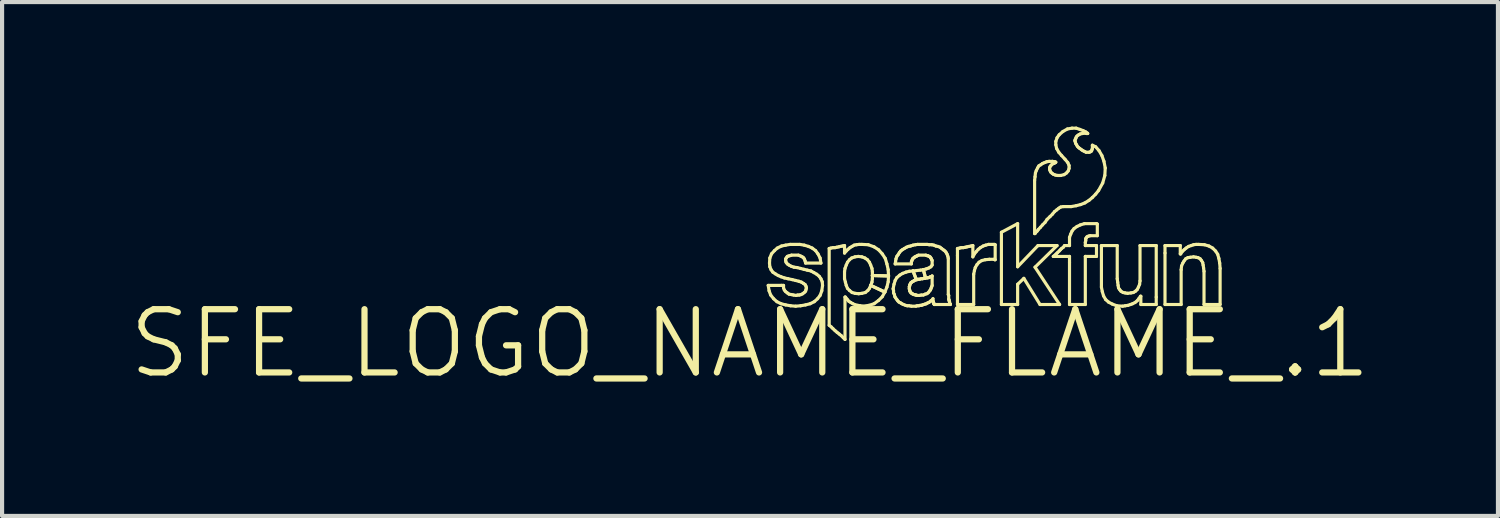
<source format=kicad_pcb>
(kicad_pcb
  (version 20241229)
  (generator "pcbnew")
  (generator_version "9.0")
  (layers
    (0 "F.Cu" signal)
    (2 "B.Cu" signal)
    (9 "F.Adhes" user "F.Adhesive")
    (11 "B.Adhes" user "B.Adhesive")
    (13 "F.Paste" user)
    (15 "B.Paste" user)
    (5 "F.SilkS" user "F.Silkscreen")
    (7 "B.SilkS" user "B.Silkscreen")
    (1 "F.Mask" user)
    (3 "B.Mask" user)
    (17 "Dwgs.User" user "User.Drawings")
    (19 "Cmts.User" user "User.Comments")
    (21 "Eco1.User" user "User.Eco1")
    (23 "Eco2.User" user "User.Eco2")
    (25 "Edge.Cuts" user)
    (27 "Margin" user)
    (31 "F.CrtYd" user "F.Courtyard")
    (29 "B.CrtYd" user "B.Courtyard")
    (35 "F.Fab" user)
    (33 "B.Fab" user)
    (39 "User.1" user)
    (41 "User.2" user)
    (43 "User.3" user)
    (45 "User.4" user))
  (footprint "SFE_LOGO_NAME_FLAME_.1"
    (layer "F.Cu")
    (at 15.022 5.227)
    (property "Reference" "SFE_LOGO_NAME_FLAME_.1" (at 0 0 0) (layer "F.SilkS") (effects (font (size 1.524 1.524) (thickness 0.15))))
    (attr exclude_from_pos_files exclude_from_bom)
    (fp_line (start 0.439 -1.4) (end 0.759 -1.4) (stroke (width 0.076) (type solid)) (layer "F.SilkS"))
    (fp_line (start 0.46 -1.27) (end 0.439 -1.4) (stroke (width 0.076) (type solid)) (layer "F.SilkS"))
    (fp_line (start 0.47 -1.938) (end 0.478 -2.06) (stroke (width 0.076) (type solid)) (layer "F.SilkS"))
    (fp_line (start 0.478 -2.06) (end 0.518 -2.159) (stroke (width 0.076) (type solid)) (layer "F.SilkS"))
    (fp_line (start 0.478 -1.849) (end 0.47 -1.938) (stroke (width 0.076) (type solid)) (layer "F.SilkS"))
    (fp_line (start 0.498 -1.168) (end 0.46 -1.27) (stroke (width 0.076) (type solid)) (layer "F.SilkS"))
    (fp_line (start 0.508 -1.778) (end 0.478 -1.849) (stroke (width 0.076) (type solid)) (layer "F.SilkS"))
    (fp_line (start 0.518 -2.159) (end 0.589 -2.238) (stroke (width 0.076) (type solid)) (layer "F.SilkS"))
    (fp_line (start 0.549 -1.72) (end 0.508 -1.778) (stroke (width 0.076) (type solid)) (layer "F.SilkS"))
    (fp_line (start 0.569 -1.079) (end 0.498 -1.168) (stroke (width 0.076) (type solid)) (layer "F.SilkS"))
    (fp_line (start 0.589 -2.238) (end 0.658 -2.299) (stroke (width 0.076) (type solid)) (layer "F.SilkS"))
    (fp_line (start 0.61 -1.679) (end 0.549 -1.72) (stroke (width 0.076) (type solid)) (layer "F.SilkS"))
    (fp_line (start 0.648 -1.008) (end 0.569 -1.079) (stroke (width 0.076) (type solid)) (layer "F.SilkS"))
    (fp_line (start 0.658 -2.299) (end 0.759 -2.349) (stroke (width 0.076) (type solid)) (layer "F.SilkS"))
    (fp_line (start 0.678 -1.638) (end 0.61 -1.679) (stroke (width 0.076) (type solid)) (layer "F.SilkS"))
    (fp_line (start 0.749 -1.608) (end 0.678 -1.638) (stroke (width 0.076) (type solid)) (layer "F.SilkS"))
    (fp_line (start 0.749 -0.958) (end 0.648 -1.008) (stroke (width 0.076) (type solid)) (layer "F.SilkS"))
    (fp_line (start 0.759 -2.349) (end 0.859 -2.37) (stroke (width 0.076) (type solid)) (layer "F.SilkS"))
    (fp_line (start 0.759 -1.4) (end 0.808 -1.4) (stroke (width 0.076) (type solid)) (layer "F.SilkS"))
    (fp_line (start 0.808 -1.4) (end 0.808 -1.339) (stroke (width 0.076) (type solid)) (layer "F.SilkS"))
    (fp_line (start 0.808 -1.339) (end 0.828 -1.288) (stroke (width 0.076) (type solid)) (layer "F.SilkS"))
    (fp_line (start 0.828 -1.58) (end 0.749 -1.608) (stroke (width 0.076) (type solid)) (layer "F.SilkS"))
    (fp_line (start 0.828 -1.288) (end 0.859 -1.25) (stroke (width 0.076) (type solid)) (layer "F.SilkS"))
    (fp_line (start 0.859 -2.37) (end 0.968 -2.388) (stroke (width 0.076) (type solid)) (layer "F.SilkS"))
    (fp_line (start 0.859 -2.04) (end 0.859 -1.999) (stroke (width 0.076) (type solid)) (layer "F.SilkS"))
    (fp_line (start 0.859 -1.999) (end 0.869 -1.958) (stroke (width 0.076) (type solid)) (layer "F.SilkS"))
    (fp_line (start 0.859 -1.25) (end 0.899 -1.219) (stroke (width 0.076) (type solid)) (layer "F.SilkS"))
    (fp_line (start 0.859 -0.93) (end 0.749 -0.958) (stroke (width 0.076) (type solid)) (layer "F.SilkS"))
    (fp_line (start 0.869 -1.958) (end 0.899 -1.918) (stroke (width 0.076) (type solid)) (layer "F.SilkS"))
    (fp_line (start 0.879 -2.068) (end 0.859 -2.04) (stroke (width 0.076) (type solid)) (layer "F.SilkS"))
    (fp_line (start 0.899 -2.098) (end 0.879 -2.068) (stroke (width 0.076) (type solid)) (layer "F.SilkS"))
    (fp_line (start 0.899 -1.918) (end 0.94 -1.89) (stroke (width 0.076) (type solid)) (layer "F.SilkS"))
    (fp_line (start 0.899 -1.219) (end 0.94 -1.189) (stroke (width 0.076) (type solid)) (layer "F.SilkS"))
    (fp_line (start 0.919 -1.56) (end 0.828 -1.58) (stroke (width 0.076) (type solid)) (layer "F.SilkS"))
    (fp_line (start 0.93 -2.108) (end 0.899 -2.098) (stroke (width 0.076) (type solid)) (layer "F.SilkS"))
    (fp_line (start 0.94 -1.89) (end 0.998 -1.859) (stroke (width 0.076) (type solid)) (layer "F.SilkS"))
    (fp_line (start 0.94 -1.189) (end 0.998 -1.179) (stroke (width 0.076) (type solid)) (layer "F.SilkS"))
    (fp_line (start 0.968 -2.388) (end 1.199 -2.388) (stroke (width 0.076) (type solid)) (layer "F.SilkS"))
    (fp_line (start 0.968 -2.118) (end 0.93 -2.108) (stroke (width 0.076) (type solid)) (layer "F.SilkS"))
    (fp_line (start 0.978 -0.909) (end 0.859 -0.93) (stroke (width 0.076) (type solid)) (layer "F.SilkS"))
    (fp_line (start 0.998 -2.129) (end 0.968 -2.118) (stroke (width 0.076) (type solid)) (layer "F.SilkS"))
    (fp_line (start 0.998 -1.859) (end 1.059 -1.839) (stroke (width 0.076) (type solid)) (layer "F.SilkS"))
    (fp_line (start 0.998 -1.179) (end 1.049 -1.168) (stroke (width 0.076) (type solid)) (layer "F.SilkS"))
    (fp_line (start 1.019 -1.539) (end 0.919 -1.56) (stroke (width 0.076) (type solid)) (layer "F.SilkS"))
    (fp_line (start 1.049 -1.168) (end 1.11 -1.158) (stroke (width 0.076) (type solid)) (layer "F.SilkS"))
    (fp_line (start 1.059 -1.839) (end 1.138 -1.829) (stroke (width 0.076) (type solid)) (layer "F.SilkS"))
    (fp_line (start 1.1 -1.519) (end 1.019 -1.539) (stroke (width 0.076) (type solid)) (layer "F.SilkS"))
    (fp_line (start 1.1 -0.899) (end 0.978 -0.909) (stroke (width 0.076) (type solid)) (layer "F.SilkS"))
    (fp_line (start 1.11 -1.158) (end 1.148 -1.168) (stroke (width 0.076) (type solid)) (layer "F.SilkS"))
    (fp_line (start 1.138 -1.829) (end 1.219 -1.808) (stroke (width 0.076) (type solid)) (layer "F.SilkS"))
    (fp_line (start 1.148 -1.168) (end 1.189 -1.168) (stroke (width 0.076) (type solid)) (layer "F.SilkS"))
    (fp_line (start 1.168 -2.129) (end 0.998 -2.129) (stroke (width 0.076) (type solid)) (layer "F.SilkS"))
    (fp_line (start 1.179 -1.499) (end 1.1 -1.519) (stroke (width 0.076) (type solid)) (layer "F.SilkS"))
    (fp_line (start 1.189 -1.168) (end 1.229 -1.179) (stroke (width 0.076) (type solid)) (layer "F.SilkS"))
    (fp_line (start 1.199 -2.388) (end 1.308 -2.37) (stroke (width 0.076) (type solid)) (layer "F.SilkS"))
    (fp_line (start 1.219 -2.108) (end 1.168 -2.129) (stroke (width 0.076) (type solid)) (layer "F.SilkS"))
    (fp_line (start 1.219 -1.808) (end 1.298 -1.788) (stroke (width 0.076) (type solid)) (layer "F.SilkS"))
    (fp_line (start 1.219 -0.909) (end 1.1 -0.899) (stroke (width 0.076) (type solid)) (layer "F.SilkS"))
    (fp_line (start 1.229 -1.179) (end 1.27 -1.199) (stroke (width 0.076) (type solid)) (layer "F.SilkS"))
    (fp_line (start 1.24 -1.478) (end 1.179 -1.499) (stroke (width 0.076) (type solid)) (layer "F.SilkS"))
    (fp_line (start 1.26 -2.088) (end 1.219 -2.108) (stroke (width 0.076) (type solid)) (layer "F.SilkS"))
    (fp_line (start 1.27 -1.199) (end 1.308 -1.229) (stroke (width 0.076) (type solid)) (layer "F.SilkS"))
    (fp_line (start 1.288 -2.068) (end 1.26 -2.088) (stroke (width 0.076) (type solid)) (layer "F.SilkS"))
    (fp_line (start 1.288 -1.448) (end 1.24 -1.478) (stroke (width 0.076) (type solid)) (layer "F.SilkS"))
    (fp_line (start 1.298 -1.788) (end 1.379 -1.768) (stroke (width 0.076) (type solid)) (layer "F.SilkS"))
    (fp_line (start 1.308 -2.37) (end 1.41 -2.339) (stroke (width 0.076) (type solid)) (layer "F.SilkS"))
    (fp_line (start 1.308 -2.04) (end 1.288 -2.068) (stroke (width 0.076) (type solid)) (layer "F.SilkS"))
    (fp_line (start 1.308 -1.229) (end 1.339 -1.26) (stroke (width 0.076) (type solid)) (layer "F.SilkS"))
    (fp_line (start 1.328 -1.989) (end 1.308 -2.04) (stroke (width 0.076) (type solid)) (layer "F.SilkS"))
    (fp_line (start 1.328 -1.42) (end 1.288 -1.448) (stroke (width 0.076) (type solid)) (layer "F.SilkS"))
    (fp_line (start 1.339 -1.938) (end 1.328 -1.989) (stroke (width 0.076) (type solid)) (layer "F.SilkS"))
    (fp_line (start 1.339 -1.26) (end 1.349 -1.298) (stroke (width 0.076) (type solid)) (layer "F.SilkS"))
    (fp_line (start 1.339 -0.93) (end 1.219 -0.909) (stroke (width 0.076) (type solid)) (layer "F.SilkS"))
    (fp_line (start 1.349 -1.379) (end 1.328 -1.42) (stroke (width 0.076) (type solid)) (layer "F.SilkS"))
    (fp_line (start 1.349 -1.298) (end 1.359 -1.339) (stroke (width 0.076) (type solid)) (layer "F.SilkS"))
    (fp_line (start 1.359 -1.339) (end 1.349 -1.379) (stroke (width 0.076) (type solid)) (layer "F.SilkS"))
    (fp_line (start 1.379 -1.768) (end 1.468 -1.748) (stroke (width 0.076) (type solid)) (layer "F.SilkS"))
    (fp_line (start 1.41 -2.339) (end 1.499 -2.299) (stroke (width 0.076) (type solid)) (layer "F.SilkS"))
    (fp_line (start 1.448 -0.958) (end 1.339 -0.93) (stroke (width 0.076) (type solid)) (layer "F.SilkS"))
    (fp_line (start 1.468 -1.748) (end 1.539 -1.709) (stroke (width 0.076) (type solid)) (layer "F.SilkS"))
    (fp_line (start 1.499 -2.299) (end 1.58 -2.238) (stroke (width 0.076) (type solid)) (layer "F.SilkS"))
    (fp_line (start 1.539 -1.709) (end 1.608 -1.669) (stroke (width 0.076) (type solid)) (layer "F.SilkS"))
    (fp_line (start 1.549 -1.008) (end 1.448 -0.958) (stroke (width 0.076) (type solid)) (layer "F.SilkS"))
    (fp_line (start 1.58 -2.238) (end 1.638 -2.159) (stroke (width 0.076) (type solid)) (layer "F.SilkS"))
    (fp_line (start 1.608 -1.669) (end 1.669 -1.618) (stroke (width 0.076) (type solid)) (layer "F.SilkS"))
    (fp_line (start 1.628 -1.079) (end 1.549 -1.008) (stroke (width 0.076) (type solid)) (layer "F.SilkS"))
    (fp_line (start 1.638 -2.159) (end 1.689 -2.06) (stroke (width 0.076) (type solid)) (layer "F.SilkS"))
    (fp_line (start 1.669 -1.618) (end 1.709 -1.56) (stroke (width 0.076) (type solid)) (layer "F.SilkS"))
    (fp_line (start 1.689 -2.06) (end 1.709 -1.938) (stroke (width 0.076) (type solid)) (layer "F.SilkS"))
    (fp_line (start 1.689 -1.158) (end 1.628 -1.079) (stroke (width 0.076) (type solid)) (layer "F.SilkS"))
    (fp_line (start 1.709 -1.938) (end 1.339 -1.938) (stroke (width 0.076) (type solid)) (layer "F.SilkS"))
    (fp_line (start 1.709 -1.56) (end 1.74 -1.488) (stroke (width 0.076) (type solid)) (layer "F.SilkS"))
    (fp_line (start 1.73 -1.27) (end 1.689 -1.158) (stroke (width 0.076) (type solid)) (layer "F.SilkS"))
    (fp_line (start 1.74 -1.488) (end 1.748 -1.4) (stroke (width 0.076) (type solid)) (layer "F.SilkS"))
    (fp_line (start 1.748 -1.4) (end 1.73 -1.27) (stroke (width 0.076) (type solid)) (layer "F.SilkS"))
    (fp_line (start 1.908 -2.289) (end 1.948 -2.299) (stroke (width 0.076) (type solid)) (layer "F.SilkS"))
    (fp_line (start 1.908 -0.439) (end 1.908 -2.289) (stroke (width 0.076) (type solid)) (layer "F.SilkS"))
    (fp_line (start 1.948 -2.299) (end 1.999 -2.309) (stroke (width 0.076) (type solid)) (layer "F.SilkS"))
    (fp_line (start 1.958 -0.399) (end 1.908 -0.439) (stroke (width 0.076) (type solid)) (layer "F.SilkS"))
    (fp_line (start 1.999 -2.309) (end 2.05 -2.309) (stroke (width 0.076) (type solid)) (layer "F.SilkS"))
    (fp_line (start 1.999 -0.358) (end 1.958 -0.399) (stroke (width 0.076) (type solid)) (layer "F.SilkS"))
    (fp_line (start 2.05 -2.309) (end 2.088 -2.319) (stroke (width 0.076) (type solid)) (layer "F.SilkS"))
    (fp_line (start 2.05 -0.31) (end 1.999 -0.358) (stroke (width 0.076) (type solid)) (layer "F.SilkS"))
    (fp_line (start 2.088 -2.319) (end 2.139 -2.329) (stroke (width 0.076) (type solid)) (layer "F.SilkS"))
    (fp_line (start 2.098 -0.269) (end 2.05 -0.31) (stroke (width 0.076) (type solid)) (layer "F.SilkS"))
    (fp_line (start 2.139 -2.329) (end 2.179 -2.339) (stroke (width 0.076) (type solid)) (layer "F.SilkS"))
    (fp_line (start 2.149 -0.229) (end 2.098 -0.269) (stroke (width 0.076) (type solid)) (layer "F.SilkS"))
    (fp_line (start 2.179 -2.339) (end 2.228 -2.349) (stroke (width 0.076) (type solid)) (layer "F.SilkS"))
    (fp_line (start 2.2 -0.188) (end 2.149 -0.229) (stroke (width 0.076) (type solid)) (layer "F.SilkS"))
    (fp_line (start 2.228 -2.349) (end 2.278 -2.36) (stroke (width 0.076) (type solid)) (layer "F.SilkS"))
    (fp_line (start 2.248 -0.14) (end 2.2 -0.188) (stroke (width 0.076) (type solid)) (layer "F.SilkS"))
    (fp_line (start 2.278 -2.36) (end 2.278 -2.179) (stroke (width 0.076) (type solid)) (layer "F.SilkS"))
    (fp_line (start 2.278 -2.179) (end 2.319 -2.228) (stroke (width 0.076) (type solid)) (layer "F.SilkS"))
    (fp_line (start 2.278 -1.73) (end 2.278 -1.56) (stroke (width 0.076) (type solid)) (layer "F.SilkS"))
    (fp_line (start 2.278 -1.56) (end 2.299 -1.478) (stroke (width 0.076) (type solid)) (layer "F.SilkS"))
    (fp_line (start 2.289 -1.808) (end 2.278 -1.73) (stroke (width 0.076) (type solid)) (layer "F.SilkS"))
    (fp_line (start 2.289 -1.118) (end 2.289 -0.099) (stroke (width 0.076) (type solid)) (layer "F.SilkS"))
    (fp_line (start 2.289 -0.099) (end 2.248 -0.14) (stroke (width 0.076) (type solid)) (layer "F.SilkS"))
    (fp_line (start 2.299 -1.478) (end 2.319 -1.4) (stroke (width 0.076) (type solid)) (layer "F.SilkS"))
    (fp_line (start 2.299 -1.118) (end 2.289 -1.118) (stroke (width 0.076) (type solid)) (layer "F.SilkS"))
    (fp_line (start 2.319 -2.228) (end 2.36 -2.268) (stroke (width 0.076) (type solid)) (layer "F.SilkS"))
    (fp_line (start 2.319 -1.89) (end 2.289 -1.808) (stroke (width 0.076) (type solid)) (layer "F.SilkS"))
    (fp_line (start 2.319 -1.4) (end 2.349 -1.328) (stroke (width 0.076) (type solid)) (layer "F.SilkS"))
    (fp_line (start 2.339 -1.069) (end 2.299 -1.118) (stroke (width 0.076) (type solid)) (layer "F.SilkS"))
    (fp_line (start 2.349 -1.958) (end 2.319 -1.89) (stroke (width 0.076) (type solid)) (layer "F.SilkS"))
    (fp_line (start 2.349 -1.328) (end 2.398 -1.278) (stroke (width 0.076) (type solid)) (layer "F.SilkS"))
    (fp_line (start 2.36 -2.268) (end 2.408 -2.309) (stroke (width 0.076) (type solid)) (layer "F.SilkS"))
    (fp_line (start 2.38 -1.019) (end 2.339 -1.069) (stroke (width 0.076) (type solid)) (layer "F.SilkS"))
    (fp_line (start 2.398 -2.019) (end 2.349 -1.958) (stroke (width 0.076) (type solid)) (layer "F.SilkS"))
    (fp_line (start 2.398 -1.278) (end 2.459 -1.229) (stroke (width 0.076) (type solid)) (layer "F.SilkS"))
    (fp_line (start 2.408 -2.309) (end 2.459 -2.339) (stroke (width 0.076) (type solid)) (layer "F.SilkS"))
    (fp_line (start 2.428 -0.988) (end 2.38 -1.019) (stroke (width 0.076) (type solid)) (layer "F.SilkS"))
    (fp_line (start 2.449 -2.06) (end 2.398 -2.019) (stroke (width 0.076) (type solid)) (layer "F.SilkS"))
    (fp_line (start 2.459 -2.339) (end 2.51 -2.37) (stroke (width 0.076) (type solid)) (layer "F.SilkS"))
    (fp_line (start 2.459 -1.229) (end 2.53 -1.209) (stroke (width 0.076) (type solid)) (layer "F.SilkS"))
    (fp_line (start 2.479 -0.958) (end 2.428 -0.988) (stroke (width 0.076) (type solid)) (layer "F.SilkS"))
    (fp_line (start 2.51 -2.37) (end 2.568 -2.38) (stroke (width 0.076) (type solid)) (layer "F.SilkS"))
    (fp_line (start 2.53 -2.088) (end 2.449 -2.06) (stroke (width 0.076) (type solid)) (layer "F.SilkS"))
    (fp_line (start 2.53 -1.209) (end 2.619 -1.199) (stroke (width 0.076) (type solid)) (layer "F.SilkS"))
    (fp_line (start 2.54 -0.93) (end 2.479 -0.958) (stroke (width 0.076) (type solid)) (layer "F.SilkS"))
    (fp_line (start 2.568 -2.38) (end 2.629 -2.388) (stroke (width 0.076) (type solid)) (layer "F.SilkS"))
    (fp_line (start 2.598 -0.919) (end 2.54 -0.93) (stroke (width 0.076) (type solid)) (layer "F.SilkS"))
    (fp_line (start 2.609 -2.098) (end 2.53 -2.088) (stroke (width 0.076) (type solid)) (layer "F.SilkS"))
    (fp_line (start 2.619 -1.199) (end 2.697 -1.209) (stroke (width 0.076) (type solid)) (layer "F.SilkS"))
    (fp_line (start 2.629 -2.388) (end 2.697 -2.388) (stroke (width 0.076) (type solid)) (layer "F.SilkS"))
    (fp_line (start 2.659 -0.909) (end 2.598 -0.919) (stroke (width 0.076) (type solid)) (layer "F.SilkS"))
    (fp_line (start 2.697 -2.388) (end 2.85 -2.38) (stroke (width 0.076) (type solid)) (layer "F.SilkS"))
    (fp_line (start 2.697 -2.088) (end 2.609 -2.098) (stroke (width 0.076) (type solid)) (layer "F.SilkS"))
    (fp_line (start 2.697 -1.209) (end 2.779 -1.229) (stroke (width 0.076) (type solid)) (layer "F.SilkS"))
    (fp_line (start 2.718 -0.899) (end 2.659 -0.909) (stroke (width 0.076) (type solid)) (layer "F.SilkS"))
    (fp_line (start 2.769 -2.06) (end 2.697 -2.088) (stroke (width 0.076) (type solid)) (layer "F.SilkS"))
    (fp_line (start 2.779 -1.229) (end 2.84 -1.278) (stroke (width 0.076) (type solid)) (layer "F.SilkS"))
    (fp_line (start 2.83 -2.019) (end 2.769 -2.06) (stroke (width 0.076) (type solid)) (layer "F.SilkS"))
    (fp_line (start 2.84 -1.278) (end 2.878 -1.328) (stroke (width 0.076) (type solid)) (layer "F.SilkS"))
    (fp_line (start 2.85 -2.38) (end 2.99 -2.329) (stroke (width 0.076) (type solid)) (layer "F.SilkS"))
    (fp_line (start 2.868 -0.919) (end 2.718 -0.899) (stroke (width 0.076) (type solid)) (layer "F.SilkS"))
    (fp_line (start 2.878 -1.958) (end 2.83 -2.019) (stroke (width 0.076) (type solid)) (layer "F.SilkS"))
    (fp_line (start 2.878 -1.328) (end 2.908 -1.4) (stroke (width 0.076) (type solid)) (layer "F.SilkS"))
    (fp_line (start 2.908 -1.89) (end 2.878 -1.958) (stroke (width 0.076) (type solid)) (layer "F.SilkS"))
    (fp_line (start 2.908 -1.4) (end 2.939 -1.478) (stroke (width 0.076) (type solid)) (layer "F.SilkS"))
    (fp_line (start 2.908 -1.4) (end 3.249 -1.24) (stroke (width 0.076) (type solid)) (layer "F.SilkS"))
    (fp_line (start 2.939 -1.808) (end 2.908 -1.89) (stroke (width 0.076) (type solid)) (layer "F.SilkS"))
    (fp_line (start 2.939 -1.478) (end 2.949 -1.56) (stroke (width 0.076) (type solid)) (layer "F.SilkS"))
    (fp_line (start 2.949 -1.73) (end 2.939 -1.808) (stroke (width 0.076) (type solid)) (layer "F.SilkS"))
    (fp_line (start 2.949 -1.638) (end 2.949 -1.73) (stroke (width 0.076) (type solid)) (layer "F.SilkS"))
    (fp_line (start 2.949 -1.638) (end 3.338 -1.628) (stroke (width 0.076) (type solid)) (layer "F.SilkS"))
    (fp_line (start 2.949 -1.56) (end 2.949 -1.638) (stroke (width 0.076) (type solid)) (layer "F.SilkS"))
    (fp_line (start 2.99 -2.329) (end 3.099 -2.258) (stroke (width 0.076) (type solid)) (layer "F.SilkS"))
    (fp_line (start 2.99 -0.958) (end 2.868 -0.919) (stroke (width 0.076) (type solid)) (layer "F.SilkS"))
    (fp_line (start 3.099 -2.258) (end 3.188 -2.159) (stroke (width 0.076) (type solid)) (layer "F.SilkS"))
    (fp_line (start 3.099 -1.039) (end 2.99 -0.958) (stroke (width 0.076) (type solid)) (layer "F.SilkS"))
    (fp_line (start 3.188 -2.159) (end 3.259 -2.05) (stroke (width 0.076) (type solid)) (layer "F.SilkS"))
    (fp_line (start 3.188 -1.128) (end 3.099 -1.039) (stroke (width 0.076) (type solid)) (layer "F.SilkS"))
    (fp_line (start 3.249 -1.24) (end 2.908 -1.4) (stroke (width 0.076) (type solid)) (layer "F.SilkS"))
    (fp_line (start 3.249 -1.24) (end 3.188 -1.128) (stroke (width 0.076) (type solid)) (layer "F.SilkS"))
    (fp_line (start 3.259 -2.05) (end 3.299 -1.918) (stroke (width 0.076) (type solid)) (layer "F.SilkS"))
    (fp_line (start 3.299 -1.918) (end 3.33 -1.778) (stroke (width 0.076) (type solid)) (layer "F.SilkS"))
    (fp_line (start 3.299 -1.359) (end 3.249 -1.24) (stroke (width 0.076) (type solid)) (layer "F.SilkS"))
    (fp_line (start 3.33 -1.778) (end 3.338 -1.628) (stroke (width 0.076) (type solid)) (layer "F.SilkS"))
    (fp_line (start 3.33 -1.488) (end 3.299 -1.359) (stroke (width 0.076) (type solid)) (layer "F.SilkS"))
    (fp_line (start 3.338 -1.628) (end 2.949 -1.638) (stroke (width 0.076) (type solid)) (layer "F.SilkS"))
    (fp_line (start 3.338 -1.628) (end 3.33 -1.488) (stroke (width 0.076) (type solid)) (layer "F.SilkS"))
    (fp_line (start 3.449 -1.318) (end 3.47 -1.427) (stroke (width 0.076) (type solid)) (layer "F.SilkS"))
    (fp_line (start 3.459 -1.27) (end 3.449 -1.318) (stroke (width 0.076) (type solid)) (layer "F.SilkS"))
    (fp_line (start 3.459 -1.219) (end 3.459 -1.27) (stroke (width 0.076) (type solid)) (layer "F.SilkS"))
    (fp_line (start 3.47 -1.427) (end 3.498 -1.519) (stroke (width 0.076) (type solid)) (layer "F.SilkS"))
    (fp_line (start 3.48 -1.179) (end 3.459 -1.219) (stroke (width 0.076) (type solid)) (layer "F.SilkS"))
    (fp_line (start 3.49 -1.128) (end 3.48 -1.179) (stroke (width 0.076) (type solid)) (layer "F.SilkS"))
    (fp_line (start 3.498 -1.918) (end 3.508 -1.979) (stroke (width 0.076) (type solid)) (layer "F.SilkS"))
    (fp_line (start 3.498 -1.519) (end 3.538 -1.587) (stroke (width 0.076) (type solid)) (layer "F.SilkS"))
    (fp_line (start 3.508 -1.979) (end 3.518 -2.04) (stroke (width 0.076) (type solid)) (layer "F.SilkS"))
    (fp_line (start 3.508 -1.1) (end 3.49 -1.128) (stroke (width 0.076) (type solid)) (layer "F.SilkS"))
    (fp_line (start 3.518 -2.04) (end 3.538 -2.098) (stroke (width 0.076) (type solid)) (layer "F.SilkS"))
    (fp_line (start 3.538 -2.098) (end 3.569 -2.139) (stroke (width 0.076) (type solid)) (layer "F.SilkS"))
    (fp_line (start 3.538 -1.587) (end 3.609 -1.648) (stroke (width 0.076) (type solid)) (layer "F.SilkS"))
    (fp_line (start 3.538 -1.059) (end 3.508 -1.1) (stroke (width 0.076) (type solid)) (layer "F.SilkS"))
    (fp_line (start 3.559 -1.029) (end 3.538 -1.059) (stroke (width 0.076) (type solid)) (layer "F.SilkS"))
    (fp_line (start 3.569 -2.139) (end 3.599 -2.189) (stroke (width 0.076) (type solid)) (layer "F.SilkS"))
    (fp_line (start 3.589 -0.998) (end 3.559 -1.029) (stroke (width 0.076) (type solid)) (layer "F.SilkS"))
    (fp_line (start 3.599 -2.189) (end 3.63 -2.228) (stroke (width 0.076) (type solid)) (layer "F.SilkS"))
    (fp_line (start 3.609 -1.648) (end 3.678 -1.689) (stroke (width 0.076) (type solid)) (layer "F.SilkS"))
    (fp_line (start 3.63 -2.228) (end 3.668 -2.258) (stroke (width 0.076) (type solid)) (layer "F.SilkS"))
    (fp_line (start 3.63 -0.978) (end 3.589 -0.998) (stroke (width 0.076) (type solid)) (layer "F.SilkS"))
    (fp_line (start 3.658 -0.958) (end 3.63 -0.978) (stroke (width 0.076) (type solid)) (layer "F.SilkS"))
    (fp_line (start 3.668 -2.258) (end 3.719 -2.289) (stroke (width 0.076) (type solid)) (layer "F.SilkS"))
    (fp_line (start 3.678 -1.689) (end 3.759 -1.72) (stroke (width 0.076) (type solid)) (layer "F.SilkS"))
    (fp_line (start 3.698 -0.94) (end 3.658 -0.958) (stroke (width 0.076) (type solid)) (layer "F.SilkS"))
    (fp_line (start 3.719 -2.289) (end 3.769 -2.319) (stroke (width 0.076) (type solid)) (layer "F.SilkS"))
    (fp_line (start 3.749 -0.919) (end 3.698 -0.94) (stroke (width 0.076) (type solid)) (layer "F.SilkS"))
    (fp_line (start 3.759 -1.72) (end 3.838 -1.74) (stroke (width 0.076) (type solid)) (layer "F.SilkS"))
    (fp_line (start 3.769 -2.319) (end 3.818 -2.339) (stroke (width 0.076) (type solid)) (layer "F.SilkS"))
    (fp_line (start 3.79 -0.909) (end 3.749 -0.919) (stroke (width 0.076) (type solid)) (layer "F.SilkS"))
    (fp_line (start 3.818 -2.339) (end 3.868 -2.349) (stroke (width 0.076) (type solid)) (layer "F.SilkS"))
    (fp_line (start 3.838 -1.74) (end 3.929 -1.748) (stroke (width 0.076) (type solid)) (layer "F.SilkS"))
    (fp_line (start 3.838 -1.369) (end 3.838 -1.318) (stroke (width 0.076) (type solid)) (layer "F.SilkS"))
    (fp_line (start 3.838 -1.318) (end 3.848 -1.288) (stroke (width 0.076) (type solid)) (layer "F.SilkS"))
    (fp_line (start 3.838 -0.909) (end 3.79 -0.909) (stroke (width 0.076) (type solid)) (layer "F.SilkS"))
    (fp_line (start 3.848 -1.41) (end 3.848 -1.389) (stroke (width 0.076) (type solid)) (layer "F.SilkS"))
    (fp_line (start 3.848 -1.389) (end 3.838 -1.369) (stroke (width 0.076) (type solid)) (layer "F.SilkS"))
    (fp_line (start 3.848 -1.288) (end 3.848 -1.27) (stroke (width 0.076) (type solid)) (layer "F.SilkS"))
    (fp_line (start 3.848 -1.27) (end 3.858 -1.25) (stroke (width 0.076) (type solid)) (layer "F.SilkS"))
    (fp_line (start 3.858 -1.427) (end 3.848 -1.41) (stroke (width 0.076) (type solid)) (layer "F.SilkS"))
    (fp_line (start 3.858 -1.25) (end 3.868 -1.24) (stroke (width 0.076) (type solid)) (layer "F.SilkS"))
    (fp_line (start 3.868 -2.349) (end 3.929 -2.37) (stroke (width 0.076) (type solid)) (layer "F.SilkS"))
    (fp_line (start 3.868 -1.448) (end 3.858 -1.427) (stroke (width 0.076) (type solid)) (layer "F.SilkS"))
    (fp_line (start 3.868 -1.24) (end 3.879 -1.219) (stroke (width 0.076) (type solid)) (layer "F.SilkS"))
    (fp_line (start 3.879 -1.468) (end 3.868 -1.448) (stroke (width 0.076) (type solid)) (layer "F.SilkS"))
    (fp_line (start 3.879 -1.219) (end 3.899 -1.209) (stroke (width 0.076) (type solid)) (layer "F.SilkS"))
    (fp_line (start 3.889 -1.968) (end 3.889 -1.918) (stroke (width 0.076) (type solid)) (layer "F.SilkS"))
    (fp_line (start 3.889 -1.918) (end 3.498 -1.918) (stroke (width 0.076) (type solid)) (layer "F.SilkS"))
    (fp_line (start 3.889 -0.899) (end 3.838 -0.909) (stroke (width 0.076) (type solid)) (layer "F.SilkS"))
    (fp_line (start 3.899 -1.989) (end 3.889 -1.968) (stroke (width 0.076) (type solid)) (layer "F.SilkS"))
    (fp_line (start 3.899 -1.478) (end 3.879 -1.468) (stroke (width 0.076) (type solid)) (layer "F.SilkS"))
    (fp_line (start 3.899 -1.209) (end 3.909 -1.199) (stroke (width 0.076) (type solid)) (layer "F.SilkS"))
    (fp_line (start 3.909 -2.019) (end 3.899 -1.989) (stroke (width 0.076) (type solid)) (layer "F.SilkS"))
    (fp_line (start 3.909 -1.488) (end 3.899 -1.478) (stroke (width 0.076) (type solid)) (layer "F.SilkS"))
    (fp_line (start 3.909 -1.199) (end 3.929 -1.189) (stroke (width 0.076) (type solid)) (layer "F.SilkS"))
    (fp_line (start 3.919 -2.04) (end 3.909 -2.019) (stroke (width 0.076) (type solid)) (layer "F.SilkS"))
    (fp_line (start 3.929 -2.37) (end 3.988 -2.38) (stroke (width 0.076) (type solid)) (layer "F.SilkS"))
    (fp_line (start 3.929 -2.05) (end 3.919 -2.04) (stroke (width 0.076) (type solid)) (layer "F.SilkS"))
    (fp_line (start 3.929 -1.748) (end 4.008 -1.539) (stroke (width 0.076) (type solid)) (layer "F.SilkS"))
    (fp_line (start 3.929 -1.748) (end 4.018 -1.758) (stroke (width 0.076) (type solid)) (layer "F.SilkS"))
    (fp_line (start 3.929 -1.499) (end 3.909 -1.488) (stroke (width 0.076) (type solid)) (layer "F.SilkS"))
    (fp_line (start 3.929 -1.189) (end 3.95 -1.179) (stroke (width 0.076) (type solid)) (layer "F.SilkS"))
    (fp_line (start 3.95 -2.068) (end 3.929 -2.05) (stroke (width 0.076) (type solid)) (layer "F.SilkS"))
    (fp_line (start 3.95 -1.509) (end 3.929 -1.499) (stroke (width 0.076) (type solid)) (layer "F.SilkS"))
    (fp_line (start 3.95 -1.179) (end 3.967 -1.179) (stroke (width 0.076) (type solid)) (layer "F.SilkS"))
    (fp_line (start 3.96 -2.078) (end 3.95 -2.068) (stroke (width 0.076) (type solid)) (layer "F.SilkS"))
    (fp_line (start 3.96 -1.519) (end 3.95 -1.509) (stroke (width 0.076) (type solid)) (layer "F.SilkS"))
    (fp_line (start 3.967 -1.179) (end 3.988 -1.168) (stroke (width 0.076) (type solid)) (layer "F.SilkS"))
    (fp_line (start 3.978 -2.088) (end 3.96 -2.078) (stroke (width 0.076) (type solid)) (layer "F.SilkS"))
    (fp_line (start 3.978 -1.529) (end 3.96 -1.519) (stroke (width 0.076) (type solid)) (layer "F.SilkS"))
    (fp_line (start 3.988 -2.38) (end 4.039 -2.388) (stroke (width 0.076) (type solid)) (layer "F.SilkS"))
    (fp_line (start 3.988 -1.168) (end 4.008 -1.168) (stroke (width 0.076) (type solid)) (layer "F.SilkS"))
    (fp_line (start 3.998 -2.098) (end 3.978 -2.088) (stroke (width 0.076) (type solid)) (layer "F.SilkS"))
    (fp_line (start 3.998 -0.899) (end 3.889 -0.899) (stroke (width 0.076) (type solid)) (layer "F.SilkS"))
    (fp_line (start 4.008 -1.539) (end 3.929 -1.748) (stroke (width 0.076) (type solid)) (layer "F.SilkS"))
    (fp_line (start 4.008 -1.539) (end 3.978 -1.529) (stroke (width 0.076) (type solid)) (layer "F.SilkS"))
    (fp_line (start 4.008 -1.168) (end 4.028 -1.158) (stroke (width 0.076) (type solid)) (layer "F.SilkS"))
    (fp_line (start 4.018 -2.108) (end 3.998 -2.098) (stroke (width 0.076) (type solid)) (layer "F.SilkS"))
    (fp_line (start 4.018 -1.758) (end 4.11 -1.768) (stroke (width 0.076) (type solid)) (layer "F.SilkS"))
    (fp_line (start 4.028 -1.539) (end 4.008 -1.539) (stroke (width 0.076) (type solid)) (layer "F.SilkS"))
    (fp_line (start 4.028 -1.158) (end 4.079 -1.158) (stroke (width 0.076) (type solid)) (layer "F.SilkS"))
    (fp_line (start 4.028 -0.909) (end 3.998 -0.899) (stroke (width 0.076) (type solid)) (layer "F.SilkS"))
    (fp_line (start 4.039 -2.388) (end 4.27 -2.388) (stroke (width 0.076) (type solid)) (layer "F.SilkS"))
    (fp_line (start 4.039 -2.118) (end 4.018 -2.108) (stroke (width 0.076) (type solid)) (layer "F.SilkS"))
    (fp_line (start 4.049 -1.549) (end 4.028 -1.539) (stroke (width 0.076) (type solid)) (layer "F.SilkS"))
    (fp_line (start 4.059 -2.129) (end 4.039 -2.118) (stroke (width 0.076) (type solid)) (layer "F.SilkS"))
    (fp_line (start 4.069 -0.909) (end 4.028 -0.909) (stroke (width 0.076) (type solid)) (layer "F.SilkS"))
    (fp_line (start 4.079 -1.158) (end 4.128 -1.168) (stroke (width 0.076) (type solid)) (layer "F.SilkS"))
    (fp_line (start 4.089 -1.549) (end 4.049 -1.549) (stroke (width 0.076) (type solid)) (layer "F.SilkS"))
    (fp_line (start 4.1 -0.919) (end 4.069 -0.909) (stroke (width 0.076) (type solid)) (layer "F.SilkS"))
    (fp_line (start 4.11 -1.768) (end 4.178 -1.778) (stroke (width 0.076) (type solid)) (layer "F.SilkS"))
    (fp_line (start 4.12 -1.56) (end 4.089 -1.549) (stroke (width 0.076) (type solid)) (layer "F.SilkS"))
    (fp_line (start 4.128 -1.168) (end 4.178 -1.168) (stroke (width 0.076) (type solid)) (layer "F.SilkS"))
    (fp_line (start 4.128 -0.919) (end 4.1 -0.919) (stroke (width 0.076) (type solid)) (layer "F.SilkS"))
    (fp_line (start 4.158 -1.56) (end 4.12 -1.56) (stroke (width 0.076) (type solid)) (layer "F.SilkS"))
    (fp_line (start 4.158 -0.93) (end 4.128 -0.919) (stroke (width 0.076) (type solid)) (layer "F.SilkS"))
    (fp_line (start 4.178 -1.778) (end 4.229 -1.58) (stroke (width 0.076) (type solid)) (layer "F.SilkS"))
    (fp_line (start 4.178 -1.778) (end 4.249 -1.798) (stroke (width 0.076) (type solid)) (layer "F.SilkS"))
    (fp_line (start 4.178 -1.168) (end 4.219 -1.189) (stroke (width 0.076) (type solid)) (layer "F.SilkS"))
    (fp_line (start 4.188 -1.57) (end 4.158 -1.56) (stroke (width 0.076) (type solid)) (layer "F.SilkS"))
    (fp_line (start 4.188 -0.94) (end 4.158 -0.93) (stroke (width 0.076) (type solid)) (layer "F.SilkS"))
    (fp_line (start 4.209 -1.57) (end 4.188 -1.57) (stroke (width 0.076) (type solid)) (layer "F.SilkS"))
    (fp_line (start 4.219 -1.189) (end 4.26 -1.199) (stroke (width 0.076) (type solid)) (layer "F.SilkS"))
    (fp_line (start 4.219 -0.95) (end 4.188 -0.94) (stroke (width 0.076) (type solid)) (layer "F.SilkS"))
    (fp_line (start 4.229 -1.58) (end 4.178 -1.778) (stroke (width 0.076) (type solid)) (layer "F.SilkS"))
    (fp_line (start 4.229 -1.58) (end 4.209 -1.57) (stroke (width 0.076) (type solid)) (layer "F.SilkS"))
    (fp_line (start 4.239 -2.129) (end 4.059 -2.129) (stroke (width 0.076) (type solid)) (layer "F.SilkS"))
    (fp_line (start 4.249 -1.798) (end 4.308 -1.819) (stroke (width 0.076) (type solid)) (layer "F.SilkS"))
    (fp_line (start 4.249 -0.958) (end 4.219 -0.95) (stroke (width 0.076) (type solid)) (layer "F.SilkS"))
    (fp_line (start 4.26 -2.118) (end 4.239 -2.129) (stroke (width 0.076) (type solid)) (layer "F.SilkS"))
    (fp_line (start 4.26 -1.199) (end 4.288 -1.219) (stroke (width 0.076) (type solid)) (layer "F.SilkS"))
    (fp_line (start 4.27 -2.388) (end 4.318 -2.38) (stroke (width 0.076) (type solid)) (layer "F.SilkS"))
    (fp_line (start 4.27 -1.58) (end 4.229 -1.58) (stroke (width 0.076) (type solid)) (layer "F.SilkS"))
    (fp_line (start 4.28 -2.118) (end 4.26 -2.118) (stroke (width 0.076) (type solid)) (layer "F.SilkS"))
    (fp_line (start 4.28 -0.978) (end 4.249 -0.958) (stroke (width 0.076) (type solid)) (layer "F.SilkS"))
    (fp_line (start 4.288 -1.587) (end 4.27 -1.58) (stroke (width 0.076) (type solid)) (layer "F.SilkS"))
    (fp_line (start 4.288 -1.219) (end 4.308 -1.24) (stroke (width 0.076) (type solid)) (layer "F.SilkS"))
    (fp_line (start 4.298 -2.108) (end 4.28 -2.118) (stroke (width 0.076) (type solid)) (layer "F.SilkS"))
    (fp_line (start 4.308 -1.819) (end 4.359 -1.849) (stroke (width 0.076) (type solid)) (layer "F.SilkS"))
    (fp_line (start 4.308 -1.587) (end 4.288 -1.587) (stroke (width 0.076) (type solid)) (layer "F.SilkS"))
    (fp_line (start 4.308 -1.24) (end 4.328 -1.27) (stroke (width 0.076) (type solid)) (layer "F.SilkS"))
    (fp_line (start 4.308 -0.988) (end 4.28 -0.978) (stroke (width 0.076) (type solid)) (layer "F.SilkS"))
    (fp_line (start 4.318 -2.38) (end 4.379 -2.38) (stroke (width 0.076) (type solid)) (layer "F.SilkS"))
    (fp_line (start 4.318 -2.098) (end 4.298 -2.108) (stroke (width 0.076) (type solid)) (layer "F.SilkS"))
    (fp_line (start 4.328 -1.598) (end 4.308 -1.587) (stroke (width 0.076) (type solid)) (layer "F.SilkS"))
    (fp_line (start 4.328 -1.27) (end 4.348 -1.288) (stroke (width 0.076) (type solid)) (layer "F.SilkS"))
    (fp_line (start 4.338 -2.088) (end 4.318 -2.098) (stroke (width 0.076) (type solid)) (layer "F.SilkS"))
    (fp_line (start 4.338 -1.008) (end 4.308 -0.988) (stroke (width 0.076) (type solid)) (layer "F.SilkS"))
    (fp_line (start 4.348 -2.068) (end 4.338 -2.088) (stroke (width 0.076) (type solid)) (layer "F.SilkS"))
    (fp_line (start 4.348 -1.608) (end 4.328 -1.598) (stroke (width 0.076) (type solid)) (layer "F.SilkS"))
    (fp_line (start 4.348 -1.288) (end 4.359 -1.318) (stroke (width 0.076) (type solid)) (layer "F.SilkS"))
    (fp_line (start 4.359 -2.06) (end 4.348 -2.068) (stroke (width 0.076) (type solid)) (layer "F.SilkS"))
    (fp_line (start 4.359 -1.849) (end 4.389 -1.89) (stroke (width 0.076) (type solid)) (layer "F.SilkS"))
    (fp_line (start 4.359 -1.318) (end 4.369 -1.349) (stroke (width 0.076) (type solid)) (layer "F.SilkS"))
    (fp_line (start 4.359 -1.029) (end 4.338 -1.008) (stroke (width 0.076) (type solid)) (layer "F.SilkS"))
    (fp_line (start 4.369 -2.04) (end 4.359 -2.06) (stroke (width 0.076) (type solid)) (layer "F.SilkS"))
    (fp_line (start 4.369 -1.608) (end 4.348 -1.608) (stroke (width 0.076) (type solid)) (layer "F.SilkS"))
    (fp_line (start 4.369 -1.349) (end 4.379 -1.369) (stroke (width 0.076) (type solid)) (layer "F.SilkS"))
    (fp_line (start 4.379 -2.38) (end 4.43 -2.37) (stroke (width 0.076) (type solid)) (layer "F.SilkS"))
    (fp_line (start 4.379 -2.019) (end 4.369 -2.04) (stroke (width 0.076) (type solid)) (layer "F.SilkS"))
    (fp_line (start 4.379 -1.618) (end 4.369 -1.608) (stroke (width 0.076) (type solid)) (layer "F.SilkS"))
    (fp_line (start 4.379 -1.369) (end 4.389 -1.4) (stroke (width 0.076) (type solid)) (layer "F.SilkS"))
    (fp_line (start 4.389 -1.999) (end 4.379 -2.019) (stroke (width 0.076) (type solid)) (layer "F.SilkS"))
    (fp_line (start 4.389 -1.89) (end 4.389 -1.999) (stroke (width 0.076) (type solid)) (layer "F.SilkS"))
    (fp_line (start 4.389 -1.628) (end 4.379 -1.618) (stroke (width 0.076) (type solid)) (layer "F.SilkS"))
    (fp_line (start 4.389 -1.4) (end 4.389 -1.628) (stroke (width 0.076) (type solid)) (layer "F.SilkS"))
    (fp_line (start 4.389 -1.049) (end 4.359 -1.029) (stroke (width 0.076) (type solid)) (layer "F.SilkS"))
    (fp_line (start 4.409 -1.079) (end 4.389 -1.049) (stroke (width 0.076) (type solid)) (layer "F.SilkS"))
    (fp_line (start 4.409 -1.019) (end 4.409 -1.079) (stroke (width 0.076) (type solid)) (layer "F.SilkS"))
    (fp_line (start 4.42 -1.008) (end 4.409 -1.019) (stroke (width 0.076) (type solid)) (layer "F.SilkS"))
    (fp_line (start 4.42 -0.978) (end 4.42 -1.008) (stroke (width 0.076) (type solid)) (layer "F.SilkS"))
    (fp_line (start 4.43 -2.37) (end 4.478 -2.349) (stroke (width 0.076) (type solid)) (layer "F.SilkS"))
    (fp_line (start 4.43 -0.968) (end 4.42 -0.978) (stroke (width 0.076) (type solid)) (layer "F.SilkS"))
    (fp_line (start 4.43 -0.958) (end 4.43 -0.968) (stroke (width 0.076) (type solid)) (layer "F.SilkS"))
    (fp_line (start 4.44 -0.95) (end 4.43 -0.958) (stroke (width 0.076) (type solid)) (layer "F.SilkS"))
    (fp_line (start 4.44 -0.94) (end 4.44 -0.95) (stroke (width 0.076) (type solid)) (layer "F.SilkS"))
    (fp_line (start 4.478 -2.349) (end 4.529 -2.339) (stroke (width 0.076) (type solid)) (layer "F.SilkS"))
    (fp_line (start 4.529 -2.339) (end 4.58 -2.319) (stroke (width 0.076) (type solid)) (layer "F.SilkS"))
    (fp_line (start 4.58 -2.319) (end 4.618 -2.289) (stroke (width 0.076) (type solid)) (layer "F.SilkS"))
    (fp_line (start 4.618 -2.289) (end 4.658 -2.258) (stroke (width 0.076) (type solid)) (layer "F.SilkS"))
    (fp_line (start 4.658 -2.258) (end 4.699 -2.228) (stroke (width 0.076) (type solid)) (layer "F.SilkS"))
    (fp_line (start 4.699 -2.228) (end 4.729 -2.189) (stroke (width 0.076) (type solid)) (layer "F.SilkS"))
    (fp_line (start 4.729 -2.189) (end 4.75 -2.149) (stroke (width 0.076) (type solid)) (layer "F.SilkS"))
    (fp_line (start 4.75 -2.149) (end 4.768 -2.098) (stroke (width 0.076) (type solid)) (layer "F.SilkS"))
    (fp_line (start 4.768 -2.098) (end 4.778 -2.05) (stroke (width 0.076) (type solid)) (layer "F.SilkS"))
    (fp_line (start 4.778 -2.05) (end 4.778 -1.179) (stroke (width 0.076) (type solid)) (layer "F.SilkS"))
    (fp_line (start 4.778 -1.179) (end 4.788 -1.158) (stroke (width 0.076) (type solid)) (layer "F.SilkS"))
    (fp_line (start 4.788 -1.158) (end 4.788 -1.069) (stroke (width 0.076) (type solid)) (layer "F.SilkS"))
    (fp_line (start 4.788 -1.069) (end 4.798 -1.049) (stroke (width 0.076) (type solid)) (layer "F.SilkS"))
    (fp_line (start 4.798 -1.049) (end 4.798 -1.029) (stroke (width 0.076) (type solid)) (layer "F.SilkS"))
    (fp_line (start 4.798 -1.029) (end 4.808 -1.008) (stroke (width 0.076) (type solid)) (layer "F.SilkS"))
    (fp_line (start 4.808 -1.008) (end 4.808 -0.978) (stroke (width 0.076) (type solid)) (layer "F.SilkS"))
    (fp_line (start 4.808 -0.978) (end 4.818 -0.958) (stroke (width 0.076) (type solid)) (layer "F.SilkS"))
    (fp_line (start 4.818 -0.958) (end 4.829 -0.95) (stroke (width 0.076) (type solid)) (layer "F.SilkS"))
    (fp_line (start 4.829 -0.95) (end 4.829 -0.94) (stroke (width 0.076) (type solid)) (layer "F.SilkS"))
    (fp_line (start 4.829 -0.94) (end 4.44 -0.94) (stroke (width 0.076) (type solid)) (layer "F.SilkS"))
    (fp_line (start 4.999 -2.289) (end 5.05 -2.299) (stroke (width 0.076) (type solid)) (layer "F.SilkS"))
    (fp_line (start 4.999 -2.118) (end 4.999 -2.289) (stroke (width 0.076) (type solid)) (layer "F.SilkS"))
    (fp_line (start 4.999 -0.94) (end 4.999 -2.118) (stroke (width 0.076) (type solid)) (layer "F.SilkS"))
    (fp_line (start 5.05 -2.299) (end 5.088 -2.309) (stroke (width 0.076) (type solid)) (layer "F.SilkS"))
    (fp_line (start 5.088 -2.309) (end 5.138 -2.309) (stroke (width 0.076) (type solid)) (layer "F.SilkS"))
    (fp_line (start 5.138 -2.309) (end 5.189 -2.319) (stroke (width 0.076) (type solid)) (layer "F.SilkS"))
    (fp_line (start 5.189 -2.319) (end 5.23 -2.329) (stroke (width 0.076) (type solid)) (layer "F.SilkS"))
    (fp_line (start 5.23 -2.329) (end 5.278 -2.339) (stroke (width 0.076) (type solid)) (layer "F.SilkS"))
    (fp_line (start 5.278 -2.339) (end 5.329 -2.349) (stroke (width 0.076) (type solid)) (layer "F.SilkS"))
    (fp_line (start 5.329 -2.349) (end 5.37 -2.36) (stroke (width 0.076) (type solid)) (layer "F.SilkS"))
    (fp_line (start 5.37 -2.36) (end 5.37 -2.088) (stroke (width 0.076) (type solid)) (layer "F.SilkS"))
    (fp_line (start 5.37 -2.088) (end 5.408 -2.159) (stroke (width 0.076) (type solid)) (layer "F.SilkS"))
    (fp_line (start 5.39 -1.669) (end 5.39 -0.94) (stroke (width 0.076) (type solid)) (layer "F.SilkS"))
    (fp_line (start 5.39 -0.94) (end 4.999 -0.94) (stroke (width 0.076) (type solid)) (layer "F.SilkS"))
    (fp_line (start 5.408 -2.159) (end 5.448 -2.21) (stroke (width 0.076) (type solid)) (layer "F.SilkS"))
    (fp_line (start 5.408 -1.758) (end 5.39 -1.669) (stroke (width 0.076) (type solid)) (layer "F.SilkS"))
    (fp_line (start 5.428 -1.829) (end 5.408 -1.758) (stroke (width 0.076) (type solid)) (layer "F.SilkS"))
    (fp_line (start 5.448 -2.21) (end 5.499 -2.268) (stroke (width 0.076) (type solid)) (layer "F.SilkS"))
    (fp_line (start 5.469 -1.9) (end 5.428 -1.829) (stroke (width 0.076) (type solid)) (layer "F.SilkS"))
    (fp_line (start 5.499 -2.268) (end 5.55 -2.309) (stroke (width 0.076) (type solid)) (layer "F.SilkS"))
    (fp_line (start 5.519 -1.958) (end 5.469 -1.9) (stroke (width 0.076) (type solid)) (layer "F.SilkS"))
    (fp_line (start 5.55 -2.309) (end 5.618 -2.349) (stroke (width 0.076) (type solid)) (layer "F.SilkS"))
    (fp_line (start 5.588 -1.999) (end 5.519 -1.958) (stroke (width 0.076) (type solid)) (layer "F.SilkS"))
    (fp_line (start 5.618 -2.349) (end 5.679 -2.37) (stroke (width 0.076) (type solid)) (layer "F.SilkS"))
    (fp_line (start 5.669 -2.019) (end 5.588 -1.999) (stroke (width 0.076) (type solid)) (layer "F.SilkS"))
    (fp_line (start 5.679 -2.37) (end 5.748 -2.388) (stroke (width 0.076) (type solid)) (layer "F.SilkS"))
    (fp_line (start 5.748 -2.388) (end 5.888 -2.388) (stroke (width 0.076) (type solid)) (layer "F.SilkS"))
    (fp_line (start 5.768 -2.029) (end 5.669 -2.019) (stroke (width 0.076) (type solid)) (layer "F.SilkS"))
    (fp_line (start 5.878 -2.029) (end 5.768 -2.029) (stroke (width 0.076) (type solid)) (layer "F.SilkS"))
    (fp_line (start 5.888 -2.388) (end 5.898 -2.38) (stroke (width 0.076) (type solid)) (layer "F.SilkS"))
    (fp_line (start 5.898 -2.38) (end 5.908 -2.38) (stroke (width 0.076) (type solid)) (layer "F.SilkS"))
    (fp_line (start 5.898 -2.019) (end 5.878 -2.029) (stroke (width 0.076) (type solid)) (layer "F.SilkS"))
    (fp_line (start 5.908 -2.38) (end 5.908 -2.019) (stroke (width 0.076) (type solid)) (layer "F.SilkS"))
    (fp_line (start 5.908 -2.019) (end 5.898 -2.019) (stroke (width 0.076) (type solid)) (layer "F.SilkS"))
    (fp_line (start 6.058 -2.68) (end 6.449 -2.888) (stroke (width 0.076) (type solid)) (layer "F.SilkS"))
    (fp_line (start 6.058 -0.94) (end 6.058 -2.68) (stroke (width 0.076) (type solid)) (layer "F.SilkS"))
    (fp_line (start 6.449 -2.888) (end 6.449 -1.849) (stroke (width 0.076) (type solid)) (layer "F.SilkS"))
    (fp_line (start 6.449 -1.849) (end 6.939 -2.36) (stroke (width 0.076) (type solid)) (layer "F.SilkS"))
    (fp_line (start 6.449 -1.427) (end 6.449 -0.94) (stroke (width 0.076) (type solid)) (layer "F.SilkS"))
    (fp_line (start 6.449 -0.94) (end 6.058 -0.94) (stroke (width 0.076) (type solid)) (layer "F.SilkS"))
    (fp_line (start 6.599 -1.57) (end 6.449 -1.427) (stroke (width 0.076) (type solid)) (layer "F.SilkS"))
    (fp_line (start 6.858 -3.929) (end 6.858 -2.649) (stroke (width 0.076) (type solid)) (layer "F.SilkS"))
    (fp_line (start 6.858 -2.649) (end 6.868 -2.649) (stroke (width 0.076) (type solid)) (layer "F.SilkS"))
    (fp_line (start 6.868 -4.018) (end 6.858 -3.929) (stroke (width 0.076) (type solid)) (layer "F.SilkS"))
    (fp_line (start 6.868 -2.649) (end 6.888 -2.68) (stroke (width 0.076) (type solid)) (layer "F.SilkS"))
    (fp_line (start 6.868 -1.839) (end 7.46 -0.94) (stroke (width 0.076) (type solid)) (layer "F.SilkS"))
    (fp_line (start 6.878 -4.11) (end 6.868 -4.018) (stroke (width 0.076) (type solid)) (layer "F.SilkS"))
    (fp_line (start 6.888 -2.68) (end 6.919 -2.708) (stroke (width 0.076) (type solid)) (layer "F.SilkS"))
    (fp_line (start 6.899 -4.168) (end 6.878 -4.11) (stroke (width 0.076) (type solid)) (layer "F.SilkS"))
    (fp_line (start 6.919 -2.708) (end 6.949 -2.748) (stroke (width 0.076) (type solid)) (layer "F.SilkS"))
    (fp_line (start 6.929 -4.229) (end 6.899 -4.168) (stroke (width 0.076) (type solid)) (layer "F.SilkS"))
    (fp_line (start 6.939 -2.36) (end 7.399 -2.36) (stroke (width 0.076) (type solid)) (layer "F.SilkS"))
    (fp_line (start 6.949 -2.748) (end 6.998 -2.799) (stroke (width 0.076) (type solid)) (layer "F.SilkS"))
    (fp_line (start 6.96 -4.28) (end 6.929 -4.229) (stroke (width 0.076) (type solid)) (layer "F.SilkS"))
    (fp_line (start 6.988 -0.94) (end 6.599 -1.57) (stroke (width 0.076) (type solid)) (layer "F.SilkS"))
    (fp_line (start 6.998 -2.799) (end 7.048 -2.857) (stroke (width 0.076) (type solid)) (layer "F.SilkS"))
    (fp_line (start 7.008 -4.308) (end 6.96 -4.28) (stroke (width 0.076) (type solid)) (layer "F.SilkS"))
    (fp_line (start 7.048 -4.338) (end 7.008 -4.308) (stroke (width 0.076) (type solid)) (layer "F.SilkS"))
    (fp_line (start 7.048 -2.857) (end 7.109 -2.918) (stroke (width 0.076) (type solid)) (layer "F.SilkS"))
    (fp_line (start 7.099 -4.359) (end 7.048 -4.338) (stroke (width 0.076) (type solid)) (layer "F.SilkS"))
    (fp_line (start 7.109 -2.918) (end 7.158 -2.99) (stroke (width 0.076) (type solid)) (layer "F.SilkS"))
    (fp_line (start 7.148 -4.379) (end 7.099 -4.359) (stroke (width 0.076) (type solid)) (layer "F.SilkS"))
    (fp_line (start 7.158 -2.99) (end 7.229 -3.058) (stroke (width 0.076) (type solid)) (layer "F.SilkS"))
    (fp_line (start 7.209 -4.389) (end 7.148 -4.379) (stroke (width 0.076) (type solid)) (layer "F.SilkS"))
    (fp_line (start 7.219 -4.229) (end 7.229 -4.26) (stroke (width 0.076) (type solid)) (layer "F.SilkS"))
    (fp_line (start 7.219 -4.199) (end 7.219 -4.229) (stroke (width 0.076) (type solid)) (layer "F.SilkS"))
    (fp_line (start 7.229 -4.26) (end 7.249 -4.288) (stroke (width 0.076) (type solid)) (layer "F.SilkS"))
    (fp_line (start 7.229 -4.168) (end 7.219 -4.199) (stroke (width 0.076) (type solid)) (layer "F.SilkS"))
    (fp_line (start 7.229 -3.058) (end 7.29 -3.119) (stroke (width 0.076) (type solid)) (layer "F.SilkS"))
    (fp_line (start 7.249 -4.288) (end 7.269 -4.308) (stroke (width 0.076) (type solid)) (layer "F.SilkS"))
    (fp_line (start 7.249 -4.128) (end 7.229 -4.168) (stroke (width 0.076) (type solid)) (layer "F.SilkS"))
    (fp_line (start 7.269 -4.308) (end 7.29 -4.328) (stroke (width 0.076) (type solid)) (layer "F.SilkS"))
    (fp_line (start 7.28 -4.1) (end 7.249 -4.128) (stroke (width 0.076) (type solid)) (layer "F.SilkS"))
    (fp_line (start 7.29 -4.389) (end 7.209 -4.389) (stroke (width 0.076) (type solid)) (layer "F.SilkS"))
    (fp_line (start 7.29 -4.328) (end 7.318 -4.338) (stroke (width 0.076) (type solid)) (layer "F.SilkS"))
    (fp_line (start 7.29 -3.119) (end 7.338 -3.178) (stroke (width 0.076) (type solid)) (layer "F.SilkS"))
    (fp_line (start 7.308 -4.079) (end 7.28 -4.1) (stroke (width 0.076) (type solid)) (layer "F.SilkS"))
    (fp_line (start 7.308 -2.098) (end 7.348 -2.129) (stroke (width 0.076) (type solid)) (layer "F.SilkS"))
    (fp_line (start 7.318 -4.338) (end 7.338 -4.348) (stroke (width 0.076) (type solid)) (layer "F.SilkS"))
    (fp_line (start 7.328 -4.379) (end 7.29 -4.389) (stroke (width 0.076) (type solid)) (layer "F.SilkS"))
    (fp_line (start 7.338 -4.348) (end 7.358 -4.359) (stroke (width 0.076) (type solid)) (layer "F.SilkS"))
    (fp_line (start 7.338 -3.178) (end 7.389 -3.218) (stroke (width 0.076) (type solid)) (layer "F.SilkS"))
    (fp_line (start 7.348 -4.379) (end 7.328 -4.379) (stroke (width 0.076) (type solid)) (layer "F.SilkS"))
    (fp_line (start 7.348 -2.129) (end 7.379 -2.159) (stroke (width 0.076) (type solid)) (layer "F.SilkS"))
    (fp_line (start 7.358 -4.359) (end 7.369 -4.369) (stroke (width 0.076) (type solid)) (layer "F.SilkS"))
    (fp_line (start 7.358 -4.059) (end 7.308 -4.079) (stroke (width 0.076) (type solid)) (layer "F.SilkS"))
    (fp_line (start 7.369 -4.869) (end 7.369 -4.788) (stroke (width 0.076) (type solid)) (layer "F.SilkS"))
    (fp_line (start 7.369 -4.788) (end 7.389 -4.699) (stroke (width 0.076) (type solid)) (layer "F.SilkS"))
    (fp_line (start 7.369 -4.369) (end 7.348 -4.379) (stroke (width 0.076) (type solid)) (layer "F.SilkS"))
    (fp_line (start 7.379 -2.159) (end 7.409 -2.189) (stroke (width 0.076) (type solid)) (layer "F.SilkS"))
    (fp_line (start 7.389 -4.699) (end 7.44 -4.608) (stroke (width 0.076) (type solid)) (layer "F.SilkS"))
    (fp_line (start 7.389 -3.218) (end 7.44 -3.259) (stroke (width 0.076) (type solid)) (layer "F.SilkS"))
    (fp_line (start 7.399 -4.958) (end 7.369 -4.869) (stroke (width 0.076) (type solid)) (layer "F.SilkS"))
    (fp_line (start 7.399 -2.36) (end 6.868 -1.839) (stroke (width 0.076) (type solid)) (layer "F.SilkS"))
    (fp_line (start 7.409 -4.049) (end 7.358 -4.059) (stroke (width 0.076) (type solid)) (layer "F.SilkS"))
    (fp_line (start 7.409 -2.189) (end 7.45 -2.228) (stroke (width 0.076) (type solid)) (layer "F.SilkS"))
    (fp_line (start 7.44 -4.608) (end 7.508 -4.529) (stroke (width 0.076) (type solid)) (layer "F.SilkS"))
    (fp_line (start 7.44 -3.259) (end 7.488 -3.289) (stroke (width 0.076) (type solid)) (layer "F.SilkS"))
    (fp_line (start 7.45 -5.029) (end 7.399 -4.958) (stroke (width 0.076) (type solid)) (layer "F.SilkS"))
    (fp_line (start 7.45 -2.228) (end 7.478 -2.258) (stroke (width 0.076) (type solid)) (layer "F.SilkS"))
    (fp_line (start 7.46 -0.94) (end 6.988 -0.94) (stroke (width 0.076) (type solid)) (layer "F.SilkS"))
    (fp_line (start 7.478 -2.258) (end 7.508 -2.289) (stroke (width 0.076) (type solid)) (layer "F.SilkS"))
    (fp_line (start 7.488 -4.049) (end 7.409 -4.049) (stroke (width 0.076) (type solid)) (layer "F.SilkS"))
    (fp_line (start 7.488 -3.289) (end 7.549 -3.299) (stroke (width 0.076) (type solid)) (layer "F.SilkS"))
    (fp_line (start 7.508 -4.529) (end 7.59 -4.44) (stroke (width 0.076) (type solid)) (layer "F.SilkS"))
    (fp_line (start 7.508 -2.289) (end 7.549 -2.319) (stroke (width 0.076) (type solid)) (layer "F.SilkS"))
    (fp_line (start 7.539 -5.108) (end 7.45 -5.029) (stroke (width 0.076) (type solid)) (layer "F.SilkS"))
    (fp_line (start 7.549 -3.299) (end 7.739 -3.299) (stroke (width 0.076) (type solid)) (layer "F.SilkS"))
    (fp_line (start 7.549 -2.319) (end 7.579 -2.36) (stroke (width 0.076) (type solid)) (layer "F.SilkS"))
    (fp_line (start 7.569 -4.069) (end 7.488 -4.049) (stroke (width 0.076) (type solid)) (layer "F.SilkS"))
    (fp_line (start 7.579 -2.36) (end 7.699 -2.36) (stroke (width 0.076) (type solid)) (layer "F.SilkS"))
    (fp_line (start 7.59 -4.44) (end 7.658 -4.359) (stroke (width 0.076) (type solid)) (layer "F.SilkS"))
    (fp_line (start 7.628 -4.11) (end 7.569 -4.069) (stroke (width 0.076) (type solid)) (layer "F.SilkS"))
    (fp_line (start 7.648 -5.169) (end 7.539 -5.108) (stroke (width 0.076) (type solid)) (layer "F.SilkS"))
    (fp_line (start 7.658 -4.359) (end 7.689 -4.288) (stroke (width 0.076) (type solid)) (layer "F.SilkS"))
    (fp_line (start 7.668 -4.158) (end 7.628 -4.11) (stroke (width 0.076) (type solid)) (layer "F.SilkS"))
    (fp_line (start 7.689 -4.288) (end 7.689 -4.219) (stroke (width 0.076) (type solid)) (layer "F.SilkS"))
    (fp_line (start 7.689 -4.219) (end 7.668 -4.158) (stroke (width 0.076) (type solid)) (layer "F.SilkS"))
    (fp_line (start 7.699 -2.558) (end 7.729 -2.639) (stroke (width 0.076) (type solid)) (layer "F.SilkS"))
    (fp_line (start 7.699 -2.36) (end 7.699 -2.558) (stroke (width 0.076) (type solid)) (layer "F.SilkS"))
    (fp_line (start 7.699 -2.098) (end 7.308 -2.098) (stroke (width 0.076) (type solid)) (layer "F.SilkS"))
    (fp_line (start 7.699 -1.948) (end 7.699 -2.098) (stroke (width 0.076) (type solid)) (layer "F.SilkS"))
    (fp_line (start 7.699 -0.94) (end 7.699 -1.948) (stroke (width 0.076) (type solid)) (layer "F.SilkS"))
    (fp_line (start 7.729 -2.639) (end 7.76 -2.708) (stroke (width 0.076) (type solid)) (layer "F.SilkS"))
    (fp_line (start 7.739 -3.299) (end 7.859 -3.32) (stroke (width 0.076) (type solid)) (layer "F.SilkS"))
    (fp_line (start 7.76 -5.189) (end 7.648 -5.169) (stroke (width 0.076) (type solid)) (layer "F.SilkS"))
    (fp_line (start 7.76 -2.708) (end 7.808 -2.769) (stroke (width 0.076) (type solid)) (layer "F.SilkS"))
    (fp_line (start 7.808 -2.769) (end 7.879 -2.819) (stroke (width 0.076) (type solid)) (layer "F.SilkS"))
    (fp_line (start 7.828 -4.889) (end 7.838 -4.92) (stroke (width 0.076) (type solid)) (layer "F.SilkS"))
    (fp_line (start 7.838 -4.92) (end 7.849 -4.938) (stroke (width 0.076) (type solid)) (layer "F.SilkS"))
    (fp_line (start 7.838 -4.859) (end 7.828 -4.889) (stroke (width 0.076) (type solid)) (layer "F.SilkS"))
    (fp_line (start 7.849 -4.938) (end 7.859 -4.968) (stroke (width 0.076) (type solid)) (layer "F.SilkS"))
    (fp_line (start 7.849 -4.818) (end 7.838 -4.859) (stroke (width 0.076) (type solid)) (layer "F.SilkS"))
    (fp_line (start 7.859 -5.189) (end 7.76 -5.189) (stroke (width 0.076) (type solid)) (layer "F.SilkS"))
    (fp_line (start 7.859 -4.968) (end 7.879 -4.999) (stroke (width 0.076) (type solid)) (layer "F.SilkS"))
    (fp_line (start 7.859 -3.32) (end 7.968 -3.348) (stroke (width 0.076) (type solid)) (layer "F.SilkS"))
    (fp_line (start 7.869 -4.788) (end 7.849 -4.818) (stroke (width 0.076) (type solid)) (layer "F.SilkS"))
    (fp_line (start 7.879 -4.999) (end 7.92 -5.029) (stroke (width 0.076) (type solid)) (layer "F.SilkS"))
    (fp_line (start 7.879 -2.819) (end 7.958 -2.857) (stroke (width 0.076) (type solid)) (layer "F.SilkS"))
    (fp_line (start 7.889 -4.75) (end 7.869 -4.788) (stroke (width 0.076) (type solid)) (layer "F.SilkS"))
    (fp_line (start 7.92 -5.029) (end 7.958 -5.05) (stroke (width 0.076) (type solid)) (layer "F.SilkS"))
    (fp_line (start 7.92 -4.719) (end 7.889 -4.75) (stroke (width 0.076) (type solid)) (layer "F.SilkS"))
    (fp_line (start 7.948 -5.159) (end 7.859 -5.189) (stroke (width 0.076) (type solid)) (layer "F.SilkS"))
    (fp_line (start 7.948 -4.699) (end 7.92 -4.719) (stroke (width 0.076) (type solid)) (layer "F.SilkS"))
    (fp_line (start 7.958 -5.05) (end 8.009 -5.06) (stroke (width 0.076) (type solid)) (layer "F.SilkS"))
    (fp_line (start 7.958 -2.857) (end 8.059 -2.888) (stroke (width 0.076) (type solid)) (layer "F.SilkS"))
    (fp_line (start 7.968 -3.348) (end 8.07 -3.388) (stroke (width 0.076) (type solid)) (layer "F.SilkS"))
    (fp_line (start 7.988 -4.669) (end 7.948 -4.699) (stroke (width 0.076) (type solid)) (layer "F.SilkS"))
    (fp_line (start 8.009 -5.06) (end 8.049 -5.07) (stroke (width 0.076) (type solid)) (layer "F.SilkS"))
    (fp_line (start 8.019 -4.648) (end 7.988 -4.669) (stroke (width 0.076) (type solid)) (layer "F.SilkS"))
    (fp_line (start 8.029 -5.128) (end 7.948 -5.159) (stroke (width 0.076) (type solid)) (layer "F.SilkS"))
    (fp_line (start 8.049 -5.07) (end 8.08 -5.07) (stroke (width 0.076) (type solid)) (layer "F.SilkS"))
    (fp_line (start 8.059 -4.628) (end 8.019 -4.648) (stroke (width 0.076) (type solid)) (layer "F.SilkS"))
    (fp_line (start 8.059 -2.888) (end 8.349 -2.888) (stroke (width 0.076) (type solid)) (layer "F.SilkS"))
    (fp_line (start 8.07 -3.388) (end 8.169 -3.449) (stroke (width 0.076) (type solid)) (layer "F.SilkS"))
    (fp_line (start 8.08 -5.07) (end 8.108 -5.06) (stroke (width 0.076) (type solid)) (layer "F.SilkS"))
    (fp_line (start 8.08 -2.438) (end 8.08 -2.36) (stroke (width 0.076) (type solid)) (layer "F.SilkS"))
    (fp_line (start 8.08 -2.36) (end 8.349 -2.36) (stroke (width 0.076) (type solid)) (layer "F.SilkS"))
    (fp_line (start 8.08 -2.098) (end 8.08 -0.94) (stroke (width 0.076) (type solid)) (layer "F.SilkS"))
    (fp_line (start 8.08 -0.94) (end 7.699 -0.94) (stroke (width 0.076) (type solid)) (layer "F.SilkS"))
    (fp_line (start 8.09 -5.098) (end 8.029 -5.128) (stroke (width 0.076) (type solid)) (layer "F.SilkS"))
    (fp_line (start 8.09 -2.52) (end 8.09 -2.479) (stroke (width 0.076) (type solid)) (layer "F.SilkS"))
    (fp_line (start 8.09 -2.479) (end 8.08 -2.438) (stroke (width 0.076) (type solid)) (layer "F.SilkS"))
    (fp_line (start 8.098 -4.608) (end 8.059 -4.628) (stroke (width 0.076) (type solid)) (layer "F.SilkS"))
    (fp_line (start 8.098 -2.54) (end 8.09 -2.52) (stroke (width 0.076) (type solid)) (layer "F.SilkS"))
    (fp_line (start 8.108 -5.06) (end 8.138 -5.06) (stroke (width 0.076) (type solid)) (layer "F.SilkS"))
    (fp_line (start 8.118 -2.568) (end 8.098 -2.54) (stroke (width 0.076) (type solid)) (layer "F.SilkS"))
    (fp_line (start 8.128 -5.07) (end 8.09 -5.098) (stroke (width 0.076) (type solid)) (layer "F.SilkS"))
    (fp_line (start 8.138 -5.06) (end 8.128 -5.07) (stroke (width 0.076) (type solid)) (layer "F.SilkS"))
    (fp_line (start 8.138 -2.578) (end 8.118 -2.568) (stroke (width 0.076) (type solid)) (layer "F.SilkS"))
    (fp_line (start 8.158 -2.588) (end 8.138 -2.578) (stroke (width 0.076) (type solid)) (layer "F.SilkS"))
    (fp_line (start 8.169 -4.608) (end 8.098 -4.608) (stroke (width 0.076) (type solid)) (layer "F.SilkS"))
    (fp_line (start 8.169 -3.449) (end 8.25 -3.518) (stroke (width 0.076) (type solid)) (layer "F.SilkS"))
    (fp_line (start 8.199 -4.618) (end 8.169 -4.608) (stroke (width 0.076) (type solid)) (layer "F.SilkS"))
    (fp_line (start 8.199 -2.598) (end 8.158 -2.588) (stroke (width 0.076) (type solid)) (layer "F.SilkS"))
    (fp_line (start 8.23 -4.638) (end 8.199 -4.618) (stroke (width 0.076) (type solid)) (layer "F.SilkS"))
    (fp_line (start 8.24 -4.669) (end 8.23 -4.638) (stroke (width 0.076) (type solid)) (layer "F.SilkS"))
    (fp_line (start 8.25 -4.778) (end 8.25 -4.699) (stroke (width 0.076) (type solid)) (layer "F.SilkS"))
    (fp_line (start 8.25 -4.699) (end 8.24 -4.669) (stroke (width 0.076) (type solid)) (layer "F.SilkS"))
    (fp_line (start 8.25 -3.518) (end 8.329 -3.599) (stroke (width 0.076) (type solid)) (layer "F.SilkS"))
    (fp_line (start 8.329 -4.74) (end 8.25 -4.778) (stroke (width 0.076) (type solid)) (layer "F.SilkS"))
    (fp_line (start 8.329 -3.599) (end 8.4 -3.688) (stroke (width 0.076) (type solid)) (layer "F.SilkS"))
    (fp_line (start 8.349 -2.888) (end 8.369 -2.878) (stroke (width 0.076) (type solid)) (layer "F.SilkS"))
    (fp_line (start 8.349 -2.36) (end 8.349 -2.098) (stroke (width 0.076) (type solid)) (layer "F.SilkS"))
    (fp_line (start 8.349 -2.098) (end 8.08 -2.098) (stroke (width 0.076) (type solid)) (layer "F.SilkS"))
    (fp_line (start 8.369 -2.878) (end 8.369 -2.598) (stroke (width 0.076) (type solid)) (layer "F.SilkS"))
    (fp_line (start 8.369 -2.598) (end 8.199 -2.598) (stroke (width 0.076) (type solid)) (layer "F.SilkS"))
    (fp_line (start 8.4 -3.688) (end 8.499 -3.868) (stroke (width 0.076) (type solid)) (layer "F.SilkS"))
    (fp_line (start 8.41 -4.648) (end 8.329 -4.74) (stroke (width 0.076) (type solid)) (layer "F.SilkS"))
    (fp_line (start 8.468 -2.36) (end 8.849 -2.36) (stroke (width 0.076) (type solid)) (layer "F.SilkS"))
    (fp_line (start 8.468 -1.359) (end 8.468 -2.36) (stroke (width 0.076) (type solid)) (layer "F.SilkS"))
    (fp_line (start 8.479 -4.529) (end 8.41 -4.648) (stroke (width 0.076) (type solid)) (layer "F.SilkS"))
    (fp_line (start 8.489 -1.25) (end 8.468 -1.359) (stroke (width 0.076) (type solid)) (layer "F.SilkS"))
    (fp_line (start 8.499 -3.868) (end 8.55 -4.049) (stroke (width 0.076) (type solid)) (layer "F.SilkS"))
    (fp_line (start 8.519 -1.148) (end 8.489 -1.25) (stroke (width 0.076) (type solid)) (layer "F.SilkS"))
    (fp_line (start 8.529 -4.389) (end 8.479 -4.529) (stroke (width 0.076) (type solid)) (layer "F.SilkS"))
    (fp_line (start 8.55 -4.049) (end 8.56 -4.229) (stroke (width 0.076) (type solid)) (layer "F.SilkS"))
    (fp_line (start 8.56 -4.229) (end 8.529 -4.389) (stroke (width 0.076) (type solid)) (layer "F.SilkS"))
    (fp_line (start 8.57 -1.059) (end 8.519 -1.148) (stroke (width 0.076) (type solid)) (layer "F.SilkS"))
    (fp_line (start 8.639 -0.998) (end 8.57 -1.059) (stroke (width 0.076) (type solid)) (layer "F.SilkS"))
    (fp_line (start 8.73 -0.95) (end 8.639 -0.998) (stroke (width 0.076) (type solid)) (layer "F.SilkS"))
    (fp_line (start 8.839 -0.909) (end 8.73 -0.95) (stroke (width 0.076) (type solid)) (layer "F.SilkS"))
    (fp_line (start 8.849 -2.36) (end 8.849 -1.56) (stroke (width 0.076) (type solid)) (layer "F.SilkS"))
    (fp_line (start 8.849 -1.56) (end 8.86 -1.478) (stroke (width 0.076) (type solid)) (layer "F.SilkS"))
    (fp_line (start 8.86 -1.478) (end 8.87 -1.4) (stroke (width 0.076) (type solid)) (layer "F.SilkS"))
    (fp_line (start 8.87 -1.4) (end 8.88 -1.339) (stroke (width 0.076) (type solid)) (layer "F.SilkS"))
    (fp_line (start 8.88 -1.339) (end 8.908 -1.298) (stroke (width 0.076) (type solid)) (layer "F.SilkS"))
    (fp_line (start 8.908 -1.298) (end 8.938 -1.26) (stroke (width 0.076) (type solid)) (layer "F.SilkS"))
    (fp_line (start 8.938 -1.26) (end 8.989 -1.229) (stroke (width 0.076) (type solid)) (layer "F.SilkS"))
    (fp_line (start 8.979 -0.899) (end 8.839 -0.909) (stroke (width 0.076) (type solid)) (layer "F.SilkS"))
    (fp_line (start 8.989 -1.229) (end 9.04 -1.219) (stroke (width 0.076) (type solid)) (layer "F.SilkS"))
    (fp_line (start 9.04 -1.219) (end 9.098 -1.209) (stroke (width 0.076) (type solid)) (layer "F.SilkS"))
    (fp_line (start 9.04 -0.909) (end 8.979 -0.899) (stroke (width 0.076) (type solid)) (layer "F.SilkS"))
    (fp_line (start 9.098 -1.209) (end 9.18 -1.219) (stroke (width 0.076) (type solid)) (layer "F.SilkS"))
    (fp_line (start 9.108 -0.919) (end 9.04 -0.909) (stroke (width 0.076) (type solid)) (layer "F.SilkS"))
    (fp_line (start 9.169 -0.94) (end 9.108 -0.919) (stroke (width 0.076) (type solid)) (layer "F.SilkS"))
    (fp_line (start 9.18 -1.219) (end 9.238 -1.229) (stroke (width 0.076) (type solid)) (layer "F.SilkS"))
    (fp_line (start 9.218 -0.958) (end 9.169 -0.94) (stroke (width 0.076) (type solid)) (layer "F.SilkS"))
    (fp_line (start 9.238 -1.229) (end 9.289 -1.26) (stroke (width 0.076) (type solid)) (layer "F.SilkS"))
    (fp_line (start 9.279 -0.988) (end 9.218 -0.958) (stroke (width 0.076) (type solid)) (layer "F.SilkS"))
    (fp_line (start 9.289 -1.26) (end 9.329 -1.298) (stroke (width 0.076) (type solid)) (layer "F.SilkS"))
    (fp_line (start 9.329 -1.298) (end 9.36 -1.359) (stroke (width 0.076) (type solid)) (layer "F.SilkS"))
    (fp_line (start 9.329 -1.029) (end 9.279 -0.988) (stroke (width 0.076) (type solid)) (layer "F.SilkS"))
    (fp_line (start 9.36 -1.359) (end 9.388 -1.427) (stroke (width 0.076) (type solid)) (layer "F.SilkS"))
    (fp_line (start 9.368 -1.079) (end 9.329 -1.029) (stroke (width 0.076) (type solid)) (layer "F.SilkS"))
    (fp_line (start 9.388 -1.427) (end 9.398 -1.509) (stroke (width 0.076) (type solid)) (layer "F.SilkS"))
    (fp_line (start 9.398 -2.36) (end 9.789 -2.36) (stroke (width 0.076) (type solid)) (layer "F.SilkS"))
    (fp_line (start 9.398 -1.509) (end 9.398 -2.36) (stroke (width 0.076) (type solid)) (layer "F.SilkS"))
    (fp_line (start 9.408 -1.138) (end 9.368 -1.079) (stroke (width 0.076) (type solid)) (layer "F.SilkS"))
    (fp_line (start 9.418 -1.138) (end 9.408 -1.138) (stroke (width 0.076) (type solid)) (layer "F.SilkS"))
    (fp_line (start 9.418 -0.94) (end 9.418 -1.138) (stroke (width 0.076) (type solid)) (layer "F.SilkS"))
    (fp_line (start 9.789 -2.36) (end 9.789 -1.118) (stroke (width 0.076) (type solid)) (layer "F.SilkS"))
    (fp_line (start 9.789 -1.118) (end 9.789 -0.94) (stroke (width 0.076) (type solid)) (layer "F.SilkS"))
    (fp_line (start 9.789 -0.94) (end 9.418 -0.94) (stroke (width 0.076) (type solid)) (layer "F.SilkS"))
    (fp_line (start 10 -2.36) (end 10.368 -2.36) (stroke (width 0.076) (type solid)) (layer "F.SilkS"))
    (fp_line (start 10 -2.179) (end 10 -2.36) (stroke (width 0.076) (type solid)) (layer "F.SilkS"))
    (fp_line (start 10 -0.94) (end 10 -2.179) (stroke (width 0.076) (type solid)) (layer "F.SilkS"))
    (fp_line (start 10.368 -2.36) (end 10.368 -2.159) (stroke (width 0.076) (type solid)) (layer "F.SilkS"))
    (fp_line (start 10.368 -2.159) (end 10.378 -2.159) (stroke (width 0.076) (type solid)) (layer "F.SilkS"))
    (fp_line (start 10.378 -2.159) (end 10.419 -2.22) (stroke (width 0.076) (type solid)) (layer "F.SilkS"))
    (fp_line (start 10.389 -1.778) (end 10.389 -0.94) (stroke (width 0.076) (type solid)) (layer "F.SilkS"))
    (fp_line (start 10.389 -0.94) (end 10 -0.94) (stroke (width 0.076) (type solid)) (layer "F.SilkS"))
    (fp_line (start 10.399 -1.869) (end 10.389 -1.778) (stroke (width 0.076) (type solid)) (layer "F.SilkS"))
    (fp_line (start 10.419 -2.22) (end 10.46 -2.258) (stroke (width 0.076) (type solid)) (layer "F.SilkS"))
    (fp_line (start 10.429 -1.938) (end 10.399 -1.869) (stroke (width 0.076) (type solid)) (layer "F.SilkS"))
    (fp_line (start 10.46 -2.258) (end 10.508 -2.299) (stroke (width 0.076) (type solid)) (layer "F.SilkS"))
    (fp_line (start 10.46 -1.989) (end 10.429 -1.938) (stroke (width 0.076) (type solid)) (layer "F.SilkS"))
    (fp_line (start 10.498 -2.04) (end 10.46 -1.989) (stroke (width 0.076) (type solid)) (layer "F.SilkS"))
    (fp_line (start 10.508 -2.299) (end 10.569 -2.339) (stroke (width 0.076) (type solid)) (layer "F.SilkS"))
    (fp_line (start 10.549 -2.068) (end 10.498 -2.04) (stroke (width 0.076) (type solid)) (layer "F.SilkS"))
    (fp_line (start 10.569 -2.339) (end 10.63 -2.36) (stroke (width 0.076) (type solid)) (layer "F.SilkS"))
    (fp_line (start 10.61 -2.078) (end 10.549 -2.068) (stroke (width 0.076) (type solid)) (layer "F.SilkS"))
    (fp_line (start 10.63 -2.36) (end 10.688 -2.38) (stroke (width 0.076) (type solid)) (layer "F.SilkS"))
    (fp_line (start 10.688 -2.38) (end 10.749 -2.388) (stroke (width 0.076) (type solid)) (layer "F.SilkS"))
    (fp_line (start 10.688 -2.088) (end 10.61 -2.078) (stroke (width 0.076) (type solid)) (layer "F.SilkS"))
    (fp_line (start 10.749 -2.388) (end 10.808 -2.388) (stroke (width 0.076) (type solid)) (layer "F.SilkS"))
    (fp_line (start 10.749 -2.078) (end 10.688 -2.088) (stroke (width 0.076) (type solid)) (layer "F.SilkS"))
    (fp_line (start 10.798 -2.068) (end 10.749 -2.078) (stroke (width 0.076) (type solid)) (layer "F.SilkS"))
    (fp_line (start 10.808 -2.388) (end 10.95 -2.38) (stroke (width 0.076) (type solid)) (layer "F.SilkS"))
    (fp_line (start 10.848 -2.04) (end 10.798 -2.068) (stroke (width 0.076) (type solid)) (layer "F.SilkS"))
    (fp_line (start 10.879 -1.999) (end 10.848 -2.04) (stroke (width 0.076) (type solid)) (layer "F.SilkS"))
    (fp_line (start 10.909 -1.948) (end 10.879 -1.999) (stroke (width 0.076) (type solid)) (layer "F.SilkS"))
    (fp_line (start 10.919 -1.89) (end 10.909 -1.948) (stroke (width 0.076) (type solid)) (layer "F.SilkS"))
    (fp_line (start 10.93 -1.819) (end 10.919 -1.89) (stroke (width 0.076) (type solid)) (layer "F.SilkS"))
    (fp_line (start 10.94 -1.74) (end 10.93 -1.819) (stroke (width 0.076) (type solid)) (layer "F.SilkS"))
    (fp_line (start 10.94 -0.94) (end 10.94 -1.74) (stroke (width 0.076) (type solid)) (layer "F.SilkS"))
    (fp_line (start 10.95 -2.38) (end 11.059 -2.349) (stroke (width 0.076) (type solid)) (layer "F.SilkS"))
    (fp_line (start 11.059 -2.349) (end 11.148 -2.299) (stroke (width 0.076) (type solid)) (layer "F.SilkS"))
    (fp_line (start 11.148 -2.299) (end 11.219 -2.228) (stroke (width 0.076) (type solid)) (layer "F.SilkS"))
    (fp_line (start 11.219 -2.228) (end 11.27 -2.149) (stroke (width 0.076) (type solid)) (layer "F.SilkS"))
    (fp_line (start 11.27 -2.149) (end 11.298 -2.05) (stroke (width 0.076) (type solid)) (layer "F.SilkS"))
    (fp_line (start 11.298 -2.05) (end 11.318 -1.938) (stroke (width 0.076) (type solid)) (layer "F.SilkS"))
    (fp_line (start 11.318 -1.938) (end 11.328 -1.808) (stroke (width 0.076) (type solid)) (layer "F.SilkS"))
    (fp_line (start 11.328 -1.808) (end 11.328 -0.94) (stroke (width 0.076) (type solid)) (layer "F.SilkS"))
    (fp_line (start 11.328 -0.94) (end 10.94 -0.94) (stroke (width 0.076) (type solid)) (layer "F.SilkS")))
  (gr_rect
    (start -3 -3)
    (end 33.045 9.382)
    (stroke (width 0.1) (type default))
    (fill no)
    (layer "Edge.Cuts")))
</source>
